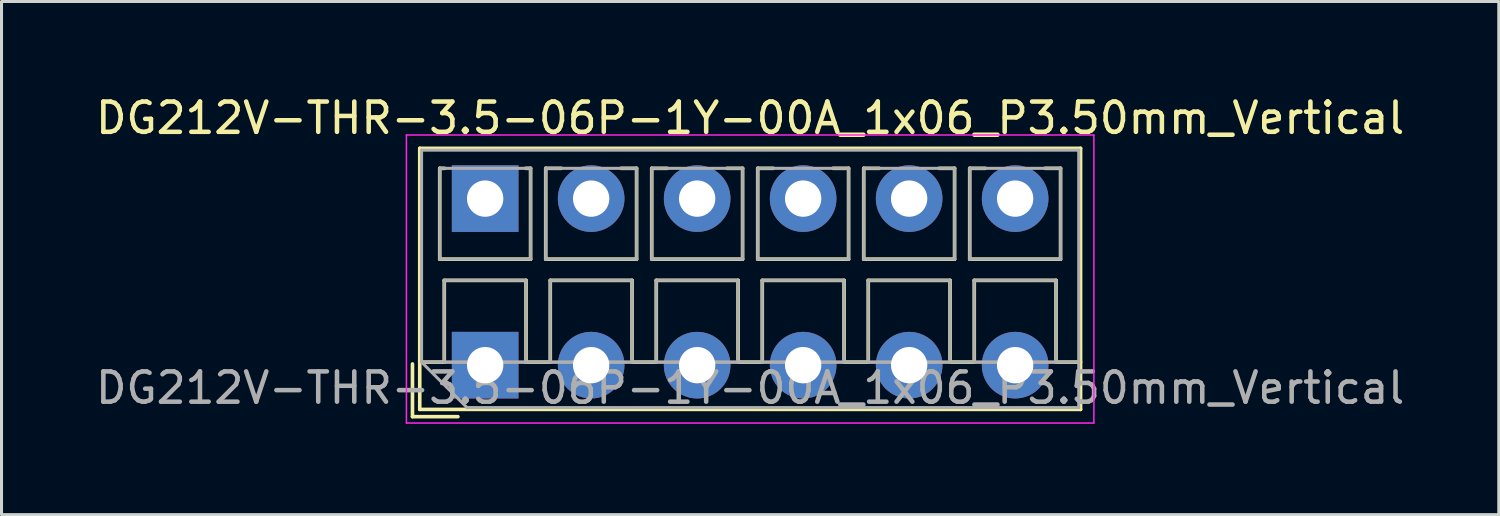
<source format=kicad_pcb>
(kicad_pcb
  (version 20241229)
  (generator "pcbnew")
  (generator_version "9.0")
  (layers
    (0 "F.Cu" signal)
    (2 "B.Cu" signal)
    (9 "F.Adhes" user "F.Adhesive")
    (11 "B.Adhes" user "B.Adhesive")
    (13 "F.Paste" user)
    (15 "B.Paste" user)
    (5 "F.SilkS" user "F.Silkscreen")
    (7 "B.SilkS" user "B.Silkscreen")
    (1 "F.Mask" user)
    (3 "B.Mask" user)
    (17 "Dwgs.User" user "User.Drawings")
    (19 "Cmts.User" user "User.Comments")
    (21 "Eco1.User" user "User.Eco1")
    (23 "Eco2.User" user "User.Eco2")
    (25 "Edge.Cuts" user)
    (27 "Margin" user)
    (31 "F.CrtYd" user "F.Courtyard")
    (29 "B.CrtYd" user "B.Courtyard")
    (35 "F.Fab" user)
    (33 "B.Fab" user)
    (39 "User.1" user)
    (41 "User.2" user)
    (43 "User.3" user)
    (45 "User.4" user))
  (footprint "DG212V-THR-3.5-06P-1Y-00A_1x06_P3.50mm_Vertical"
    (layer "F.Cu")
    (at 12.97 9.008)
    (property "Reference" "DG212V-THR-3.5-06P-1Y-00A_1x06_P3.50mm_Vertical" (at 8.75 -8.16 0) (layer "F.SilkS") (effects (font (size 1 1) (thickness 0.15))))
    (attr through_hole)
    (fp_line (start -2.4 -0.04) (end -2.4 1.7) (stroke (width 0.12) (type solid)) (layer "F.SilkS"))
    (fp_line (start -2.4 1.7) (end -0.9 1.7) (stroke (width 0.12) (type solid)) (layer "F.SilkS"))
    (fp_line (start -2.16 -7.16) (end -2.16 1.46) (stroke (width 0.12) (type solid)) (layer "F.SilkS"))
    (fp_line (start -2.16 -7.16) (end 19.66 -7.16) (stroke (width 0.12) (type solid)) (layer "F.SilkS"))
    (fp_line (start -2.16 -0.1) (end -1.34 -0.1) (stroke (width 0.12) (type solid)) (layer "F.SilkS"))
    (fp_line (start -2.16 1.46) (end 19.66 1.46) (stroke (width 0.12) (type solid)) (layer "F.SilkS"))
    (fp_line (start -1.5 -6.5) (end -1.5 -3.5) (stroke (width 0.12) (type solid)) (layer "F.SilkS"))
    (fp_line (start -1.5 -6.5) (end -1.34 -6.5) (stroke (width 0.12) (type solid)) (layer "F.SilkS"))
    (fp_line (start -1.5 -3.5) (end 1.5 -3.5) (stroke (width 0.12) (type solid)) (layer "F.SilkS"))
    (fp_line (start -1.35 -2.8) (end -1.35 -0.1) (stroke (width 0.12) (type solid)) (layer "F.SilkS"))
    (fp_line (start -1.35 -2.8) (end 1.35 -2.8) (stroke (width 0.12) (type solid)) (layer "F.SilkS"))
    (fp_line (start -1.35 -0.1) (end -1.34 -0.1) (stroke (width 0.12) (type solid)) (layer "F.SilkS"))
    (fp_line (start 1.34 -6.5) (end 1.5 -6.5) (stroke (width 0.12) (type solid)) (layer "F.SilkS"))
    (fp_line (start 1.34 -0.1) (end 1.35 -0.1) (stroke (width 0.12) (type solid)) (layer "F.SilkS"))
    (fp_line (start 1.34 -0.1) (end 2.148 -0.1) (stroke (width 0.12) (type solid)) (layer "F.SilkS"))
    (fp_line (start 1.35 -2.8) (end 1.35 -0.1) (stroke (width 0.12) (type solid)) (layer "F.SilkS"))
    (fp_line (start 1.5 -6.5) (end 1.5 -3.5) (stroke (width 0.12) (type solid)) (layer "F.SilkS"))
    (fp_line (start 2 -6.5) (end 2 -3.5) (stroke (width 0.12) (type solid)) (layer "F.SilkS"))
    (fp_line (start 2 -6.5) (end 2.512 -6.5) (stroke (width 0.12) (type solid)) (layer "F.SilkS"))
    (fp_line (start 2 -3.5) (end 5 -3.5) (stroke (width 0.12) (type solid)) (layer "F.SilkS"))
    (fp_line (start 2.15 -2.8) (end 2.15 -0.183) (stroke (width 0.12) (type solid)) (layer "F.SilkS"))
    (fp_line (start 2.15 -2.8) (end 4.85 -2.8) (stroke (width 0.12) (type solid)) (layer "F.SilkS"))
    (fp_line (start 4.489 -6.5) (end 5 -6.5) (stroke (width 0.12) (type solid)) (layer "F.SilkS"))
    (fp_line (start 4.85 -2.8) (end 4.85 -0.183) (stroke (width 0.12) (type solid)) (layer "F.SilkS"))
    (fp_line (start 4.853 -0.1) (end 5.648 -0.1) (stroke (width 0.12) (type solid)) (layer "F.SilkS"))
    (fp_line (start 5 -6.5) (end 5 -3.5) (stroke (width 0.12) (type solid)) (layer "F.SilkS"))
    (fp_line (start 5.5 -6.5) (end 5.5 -3.5) (stroke (width 0.12) (type solid)) (layer "F.SilkS"))
    (fp_line (start 5.5 -6.5) (end 6.012 -6.5) (stroke (width 0.12) (type solid)) (layer "F.SilkS"))
    (fp_line (start 5.5 -3.5) (end 8.5 -3.5) (stroke (width 0.12) (type solid)) (layer "F.SilkS"))
    (fp_line (start 5.65 -2.8) (end 5.65 -0.183) (stroke (width 0.12) (type solid)) (layer "F.SilkS"))
    (fp_line (start 5.65 -2.8) (end 8.351 -2.8) (stroke (width 0.12) (type solid)) (layer "F.SilkS"))
    (fp_line (start 7.989 -6.5) (end 8.5 -6.5) (stroke (width 0.12) (type solid)) (layer "F.SilkS"))
    (fp_line (start 8.351 -2.8) (end 8.351 -0.183) (stroke (width 0.12) (type solid)) (layer "F.SilkS"))
    (fp_line (start 8.353 -0.1) (end 9.148 -0.1) (stroke (width 0.12) (type solid)) (layer "F.SilkS"))
    (fp_line (start 8.5 -6.5) (end 8.5 -3.5) (stroke (width 0.12) (type solid)) (layer "F.SilkS"))
    (fp_line (start 9 -6.5) (end 9 -3.5) (stroke (width 0.12) (type solid)) (layer "F.SilkS"))
    (fp_line (start 9 -6.5) (end 9.512 -6.5) (stroke (width 0.12) (type solid)) (layer "F.SilkS"))
    (fp_line (start 9 -3.5) (end 12 -3.5) (stroke (width 0.12) (type solid)) (layer "F.SilkS"))
    (fp_line (start 9.15 -2.8) (end 9.15 -0.183) (stroke (width 0.12) (type solid)) (layer "F.SilkS"))
    (fp_line (start 9.15 -2.8) (end 11.851 -2.8) (stroke (width 0.12) (type solid)) (layer "F.SilkS"))
    (fp_line (start 11.489 -6.5) (end 12 -6.5) (stroke (width 0.12) (type solid)) (layer "F.SilkS"))
    (fp_line (start 11.851 -2.8) (end 11.851 -0.183) (stroke (width 0.12) (type solid)) (layer "F.SilkS"))
    (fp_line (start 11.853 -0.1) (end 12.648 -0.1) (stroke (width 0.12) (type solid)) (layer "F.SilkS"))
    (fp_line (start 12 -6.5) (end 12 -3.5) (stroke (width 0.12) (type solid)) (layer "F.SilkS"))
    (fp_line (start 12.5 -6.5) (end 12.5 -3.5) (stroke (width 0.12) (type solid)) (layer "F.SilkS"))
    (fp_line (start 12.5 -6.5) (end 13.012 -6.5) (stroke (width 0.12) (type solid)) (layer "F.SilkS"))
    (fp_line (start 12.5 -3.5) (end 15.5 -3.5) (stroke (width 0.12) (type solid)) (layer "F.SilkS"))
    (fp_line (start 12.65 -2.8) (end 12.65 -0.183) (stroke (width 0.12) (type solid)) (layer "F.SilkS"))
    (fp_line (start 12.65 -2.8) (end 15.351 -2.8) (stroke (width 0.12) (type solid)) (layer "F.SilkS"))
    (fp_line (start 14.989 -6.5) (end 15.5 -6.5) (stroke (width 0.12) (type solid)) (layer "F.SilkS"))
    (fp_line (start 15.351 -2.8) (end 15.351 -0.183) (stroke (width 0.12) (type solid)) (layer "F.SilkS"))
    (fp_line (start 15.353 -0.1) (end 16.148 -0.1) (stroke (width 0.12) (type solid)) (layer "F.SilkS"))
    (fp_line (start 15.5 -6.5) (end 15.5 -3.5) (stroke (width 0.12) (type solid)) (layer "F.SilkS"))
    (fp_line (start 16 -6.5) (end 16 -3.5) (stroke (width 0.12) (type solid)) (layer "F.SilkS"))
    (fp_line (start 16 -6.5) (end 16.512 -6.5) (stroke (width 0.12) (type solid)) (layer "F.SilkS"))
    (fp_line (start 16 -3.5) (end 19 -3.5) (stroke (width 0.12) (type solid)) (layer "F.SilkS"))
    (fp_line (start 16.15 -2.8) (end 16.15 -0.183) (stroke (width 0.12) (type solid)) (layer "F.SilkS"))
    (fp_line (start 16.15 -2.8) (end 18.85 -2.8) (stroke (width 0.12) (type solid)) (layer "F.SilkS"))
    (fp_line (start 18.489 -6.5) (end 19 -6.5) (stroke (width 0.12) (type solid)) (layer "F.SilkS"))
    (fp_line (start 18.85 -2.8) (end 18.85 -0.183) (stroke (width 0.12) (type solid)) (layer "F.SilkS"))
    (fp_line (start 18.853 -0.1) (end 19.66 -0.1) (stroke (width 0.12) (type solid)) (layer "F.SilkS"))
    (fp_line (start 19 -6.5) (end 19 -3.5) (stroke (width 0.12) (type solid)) (layer "F.SilkS"))
    (fp_line (start 19.66 -7.16) (end 19.66 1.46) (stroke (width 0.12) (type solid)) (layer "F.SilkS"))
    (fp_line (start -2.6 -7.6) (end -2.6 1.91) (stroke (width 0.05) (type solid)) (layer "F.CrtYd"))
    (fp_line (start -2.6 1.91) (end 20.1 1.91) (stroke (width 0.05) (type solid)) (layer "F.CrtYd"))
    (fp_line (start 20.1 -7.6) (end -2.6 -7.6) (stroke (width 0.05) (type solid)) (layer "F.CrtYd"))
    (fp_line (start 20.1 1.91) (end 20.1 -7.6) (stroke (width 0.05) (type solid)) (layer "F.CrtYd"))
    (fp_line (start -2.1 -7.1) (end 19.6 -7.1) (stroke (width 0.1) (type solid)) (layer "F.Fab"))
    (fp_line (start -2.1 -0.1) (end -2.1 -7.1) (stroke (width 0.1) (type solid)) (layer "F.Fab"))
    (fp_line (start -2.1 -0.1) (end 19.6 -0.1) (stroke (width 0.1) (type solid)) (layer "F.Fab"))
    (fp_line (start -1.5 -6.5) (end -1.5 -3.5) (stroke (width 0.1) (type solid)) (layer "F.Fab"))
    (fp_line (start -1.5 -3.5) (end 1.5 -3.5) (stroke (width 0.1) (type solid)) (layer "F.Fab"))
    (fp_line (start -1.35 -2.8) (end -1.35 -0.1) (stroke (width 0.1) (type solid)) (layer "F.Fab"))
    (fp_line (start -1.35 -0.1) (end 1.35 -0.1) (stroke (width 0.1) (type solid)) (layer "F.Fab"))
    (fp_line (start -0.6 1.4) (end -2.1 -0.1) (stroke (width 0.1) (type solid)) (layer "F.Fab"))
    (fp_line (start 1.35 -2.8) (end -1.35 -2.8) (stroke (width 0.1) (type solid)) (layer "F.Fab"))
    (fp_line (start 1.35 -0.1) (end 1.35 -2.8) (stroke (width 0.1) (type solid)) (layer "F.Fab"))
    (fp_line (start 1.5 -6.5) (end -1.5 -6.5) (stroke (width 0.1) (type solid)) (layer "F.Fab"))
    (fp_line (start 1.5 -3.5) (end 1.5 -6.5) (stroke (width 0.1) (type solid)) (layer "F.Fab"))
    (fp_line (start 2 -6.5) (end 2 -3.5) (stroke (width 0.1) (type solid)) (layer "F.Fab"))
    (fp_line (start 2 -3.5) (end 5 -3.5) (stroke (width 0.1) (type solid)) (layer "F.Fab"))
    (fp_line (start 2.15 -2.8) (end 2.15 -0.1) (stroke (width 0.1) (type solid)) (layer "F.Fab"))
    (fp_line (start 2.15 -0.1) (end 4.85 -0.1) (stroke (width 0.1) (type solid)) (layer "F.Fab"))
    (fp_line (start 4.85 -2.8) (end 2.15 -2.8) (stroke (width 0.1) (type solid)) (layer "F.Fab"))
    (fp_line (start 4.85 -0.1) (end 4.85 -2.8) (stroke (width 0.1) (type solid)) (layer "F.Fab"))
    (fp_line (start 5 -6.5) (end 2 -6.5) (stroke (width 0.1) (type solid)) (layer "F.Fab"))
    (fp_line (start 5 -3.5) (end 5 -6.5) (stroke (width 0.1) (type solid)) (layer "F.Fab"))
    (fp_line (start 5.5 -6.5) (end 5.5 -3.5) (stroke (width 0.1) (type solid)) (layer "F.Fab"))
    (fp_line (start 5.5 -3.5) (end 8.5 -3.5) (stroke (width 0.1) (type solid)) (layer "F.Fab"))
    (fp_line (start 5.65 -2.8) (end 5.65 -0.1) (stroke (width 0.1) (type solid)) (layer "F.Fab"))
    (fp_line (start 5.65 -0.1) (end 8.351 -0.1) (stroke (width 0.1) (type solid)) (layer "F.Fab"))
    (fp_line (start 8.351 -2.8) (end 5.65 -2.8) (stroke (width 0.1) (type solid)) (layer "F.Fab"))
    (fp_line (start 8.351 -0.1) (end 8.351 -2.8) (stroke (width 0.1) (type solid)) (layer "F.Fab"))
    (fp_line (start 8.5 -6.5) (end 5.5 -6.5) (stroke (width 0.1) (type solid)) (layer "F.Fab"))
    (fp_line (start 8.5 -3.5) (end 8.5 -6.5) (stroke (width 0.1) (type solid)) (layer "F.Fab"))
    (fp_line (start 9 -6.5) (end 9 -3.5) (stroke (width 0.1) (type solid)) (layer "F.Fab"))
    (fp_line (start 9 -3.5) (end 12 -3.5) (stroke (width 0.1) (type solid)) (layer "F.Fab"))
    (fp_line (start 9.15 -2.8) (end 9.15 -0.1) (stroke (width 0.1) (type solid)) (layer "F.Fab"))
    (fp_line (start 9.15 -0.1) (end 11.851 -0.1) (stroke (width 0.1) (type solid)) (layer "F.Fab"))
    (fp_line (start 11.851 -2.8) (end 9.15 -2.8) (stroke (width 0.1) (type solid)) (layer "F.Fab"))
    (fp_line (start 11.851 -0.1) (end 11.851 -2.8) (stroke (width 0.1) (type solid)) (layer "F.Fab"))
    (fp_line (start 12 -6.5) (end 9 -6.5) (stroke (width 0.1) (type solid)) (layer "F.Fab"))
    (fp_line (start 12 -3.5) (end 12 -6.5) (stroke (width 0.1) (type solid)) (layer "F.Fab"))
    (fp_line (start 12.5 -6.5) (end 12.5 -3.5) (stroke (width 0.1) (type solid)) (layer "F.Fab"))
    (fp_line (start 12.5 -3.5) (end 15.5 -3.5) (stroke (width 0.1) (type solid)) (layer "F.Fab"))
    (fp_line (start 12.65 -2.8) (end 12.65 -0.1) (stroke (width 0.1) (type solid)) (layer "F.Fab"))
    (fp_line (start 12.65 -0.1) (end 15.351 -0.1) (stroke (width 0.1) (type solid)) (layer "F.Fab"))
    (fp_line (start 15.351 -2.8) (end 12.65 -2.8) (stroke (width 0.1) (type solid)) (layer "F.Fab"))
    (fp_line (start 15.351 -0.1) (end 15.351 -2.8) (stroke (width 0.1) (type solid)) (layer "F.Fab"))
    (fp_line (start 15.5 -6.5) (end 12.5 -6.5) (stroke (width 0.1) (type solid)) (layer "F.Fab"))
    (fp_line (start 15.5 -3.5) (end 15.5 -6.5) (stroke (width 0.1) (type solid)) (layer "F.Fab"))
    (fp_line (start 16 -6.5) (end 16 -3.5) (stroke (width 0.1) (type solid)) (layer "F.Fab"))
    (fp_line (start 16 -3.5) (end 19 -3.5) (stroke (width 0.1) (type solid)) (layer "F.Fab"))
    (fp_line (start 16.15 -2.8) (end 16.15 -0.1) (stroke (width 0.1) (type solid)) (layer "F.Fab"))
    (fp_line (start 16.15 -0.1) (end 18.85 -0.1) (stroke (width 0.1) (type solid)) (layer "F.Fab"))
    (fp_line (start 18.85 -2.8) (end 16.15 -2.8) (stroke (width 0.1) (type solid)) (layer "F.Fab"))
    (fp_line (start 18.85 -0.1) (end 18.85 -2.8) (stroke (width 0.1) (type solid)) (layer "F.Fab"))
    (fp_line (start 19 -6.5) (end 16 -6.5) (stroke (width 0.1) (type solid)) (layer "F.Fab"))
    (fp_line (start 19 -3.5) (end 19 -6.5) (stroke (width 0.1) (type solid)) (layer "F.Fab"))
    (fp_line (start 19.6 -7.1) (end 19.6 1.4) (stroke (width 0.1) (type solid)) (layer "F.Fab"))
    (fp_line (start 19.6 1.4) (end -0.6 1.4) (stroke (width 0.1) (type solid)) (layer "F.Fab"))
    (fp_text user "${REFERENCE}" (at 8.75 0.75 0) (layer "F.Fab") (effects (font (size 1 1) (thickness 0.15))))
    (pad "1" thru_hole rect (at 0 -5.5) (size 2.2 2.2) (drill 1.2) (layers "*.Cu" "*.Mask"))
    (pad "1" thru_hole rect (at 0 0) (size 2.2 2.2) (drill 1.2) (layers "*.Cu" "*.Mask"))
    (pad "2" thru_hole circle (at 3.5 -5.5) (size 2.2 2.2) (drill 1.2) (layers "*.Cu" "*.Mask"))
    (pad "2" thru_hole circle (at 3.5 0) (size 2.2 2.2) (drill 1.2) (layers "*.Cu" "*.Mask"))
    (pad "3" thru_hole circle (at 7 -5.5) (size 2.2 2.2) (drill 1.2) (layers "*.Cu" "*.Mask"))
    (pad "3" thru_hole circle (at 7 0) (size 2.2 2.2) (drill 1.2) (layers "*.Cu" "*.Mask"))
    (pad "4" thru_hole circle (at 10.5 -5.5) (size 2.2 2.2) (drill 1.2) (layers "*.Cu" "*.Mask"))
    (pad "4" thru_hole circle (at 10.5 0) (size 2.2 2.2) (drill 1.2) (layers "*.Cu" "*.Mask"))
    (pad "5" thru_hole circle (at 14 -5.5) (size 2.2 2.2) (drill 1.2) (layers "*.Cu" "*.Mask"))
    (pad "5" thru_hole circle (at 14 0) (size 2.2 2.2) (drill 1.2) (layers "*.Cu" "*.Mask"))
    (pad "6" thru_hole circle (at 17.5 -5.5) (size 2.2 2.2) (drill 1.2) (layers "*.Cu" "*.Mask"))
    (pad "6" thru_hole circle (at 17.5 0) (size 2.2 2.2) (drill 1.2) (layers "*.Cu" "*.Mask")))
  (gr_rect
    (start -3 -3)
    (end 46.44 13.943)
    (stroke (width 0.1) (type default))
    (fill no)
    (layer "Edge.Cuts")))
</source>
